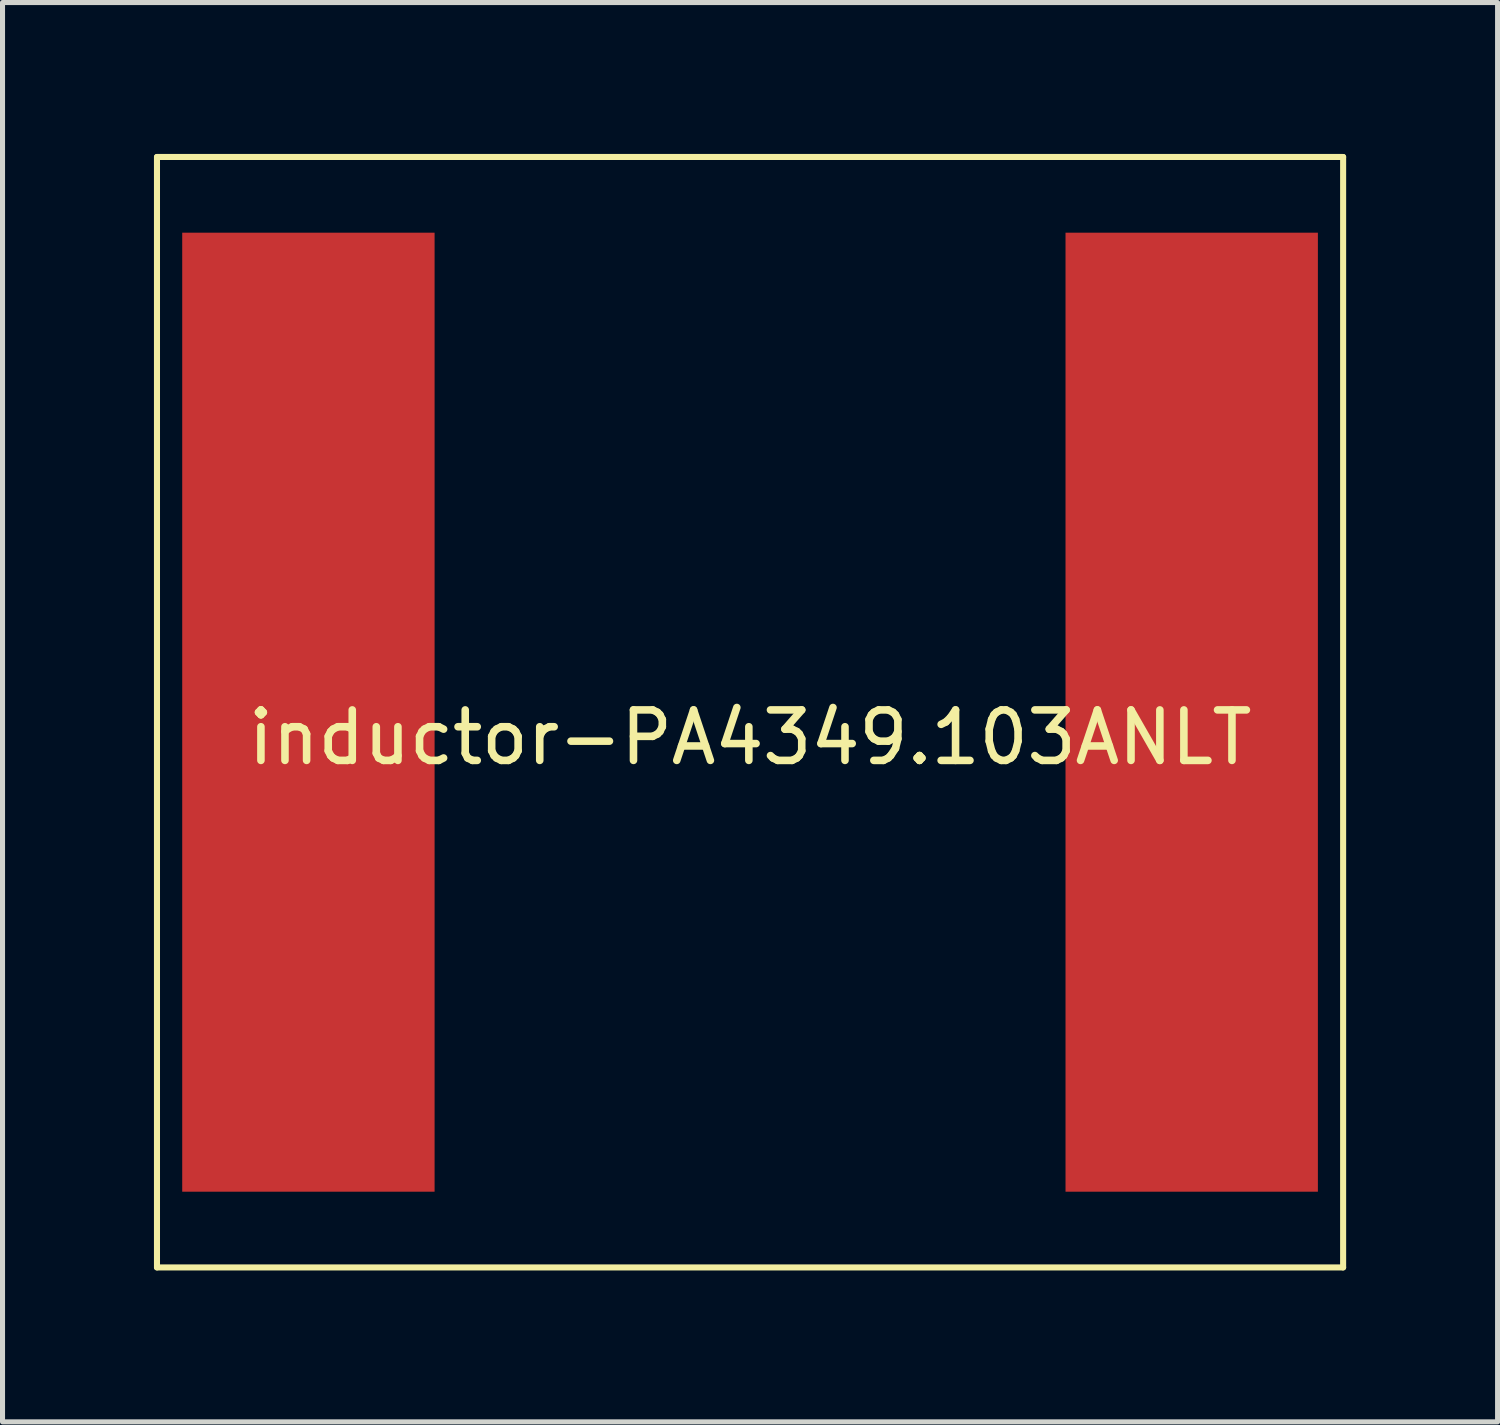
<source format=kicad_pcb>
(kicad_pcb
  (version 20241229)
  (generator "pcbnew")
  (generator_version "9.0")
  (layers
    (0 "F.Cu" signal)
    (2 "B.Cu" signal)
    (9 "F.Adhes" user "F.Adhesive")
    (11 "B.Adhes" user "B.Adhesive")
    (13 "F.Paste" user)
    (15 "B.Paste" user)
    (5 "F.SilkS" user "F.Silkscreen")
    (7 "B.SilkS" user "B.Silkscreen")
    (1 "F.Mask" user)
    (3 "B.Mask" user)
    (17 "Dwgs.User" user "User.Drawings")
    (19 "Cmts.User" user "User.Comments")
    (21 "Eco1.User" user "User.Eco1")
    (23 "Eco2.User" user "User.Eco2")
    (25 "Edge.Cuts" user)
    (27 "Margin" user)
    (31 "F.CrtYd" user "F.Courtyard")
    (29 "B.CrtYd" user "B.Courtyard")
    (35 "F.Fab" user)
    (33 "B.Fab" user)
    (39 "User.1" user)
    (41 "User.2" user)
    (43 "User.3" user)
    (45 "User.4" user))
  (footprint "inductor-PA4349.103ANLT"
    (layer "F.Cu")
    (at 11.81 11.06)
    (property "Reference" "inductor-PA4349.103ANLT" (at 0 0.5 0) (layer "F.SilkS") (effects (font (size 1 1) (thickness 0.15))))
    (attr through_hole)
    (fp_line (start -11.75 -11) (end 11.75 -11) (stroke (width 0.12) (type solid)) (layer "F.SilkS"))
    (fp_line (start -11.75 11) (end -11.75 -11) (stroke (width 0.12) (type solid)) (layer "F.SilkS"))
    (fp_line (start 11.75 -11) (end 11.75 11) (stroke (width 0.12) (type solid)) (layer "F.SilkS"))
    (fp_line (start 11.75 11) (end -11.75 11) (stroke (width 0.12) (type solid)) (layer "F.SilkS"))
    (pad "1" smd rect (at -8.75 0) (size 5 19) (layers "F.Cu" "F.Mask" "F.Paste"))
    (pad "2" smd rect (at 8.75 0) (size 5 19) (layers "F.Cu" "F.Mask" "F.Paste")))
  (gr_rect
    (start -3 -3)
    (end 26.62 25.12)
    (stroke (width 0.1) (type default))
    (fill no)
    (layer "Edge.Cuts")))
</source>
